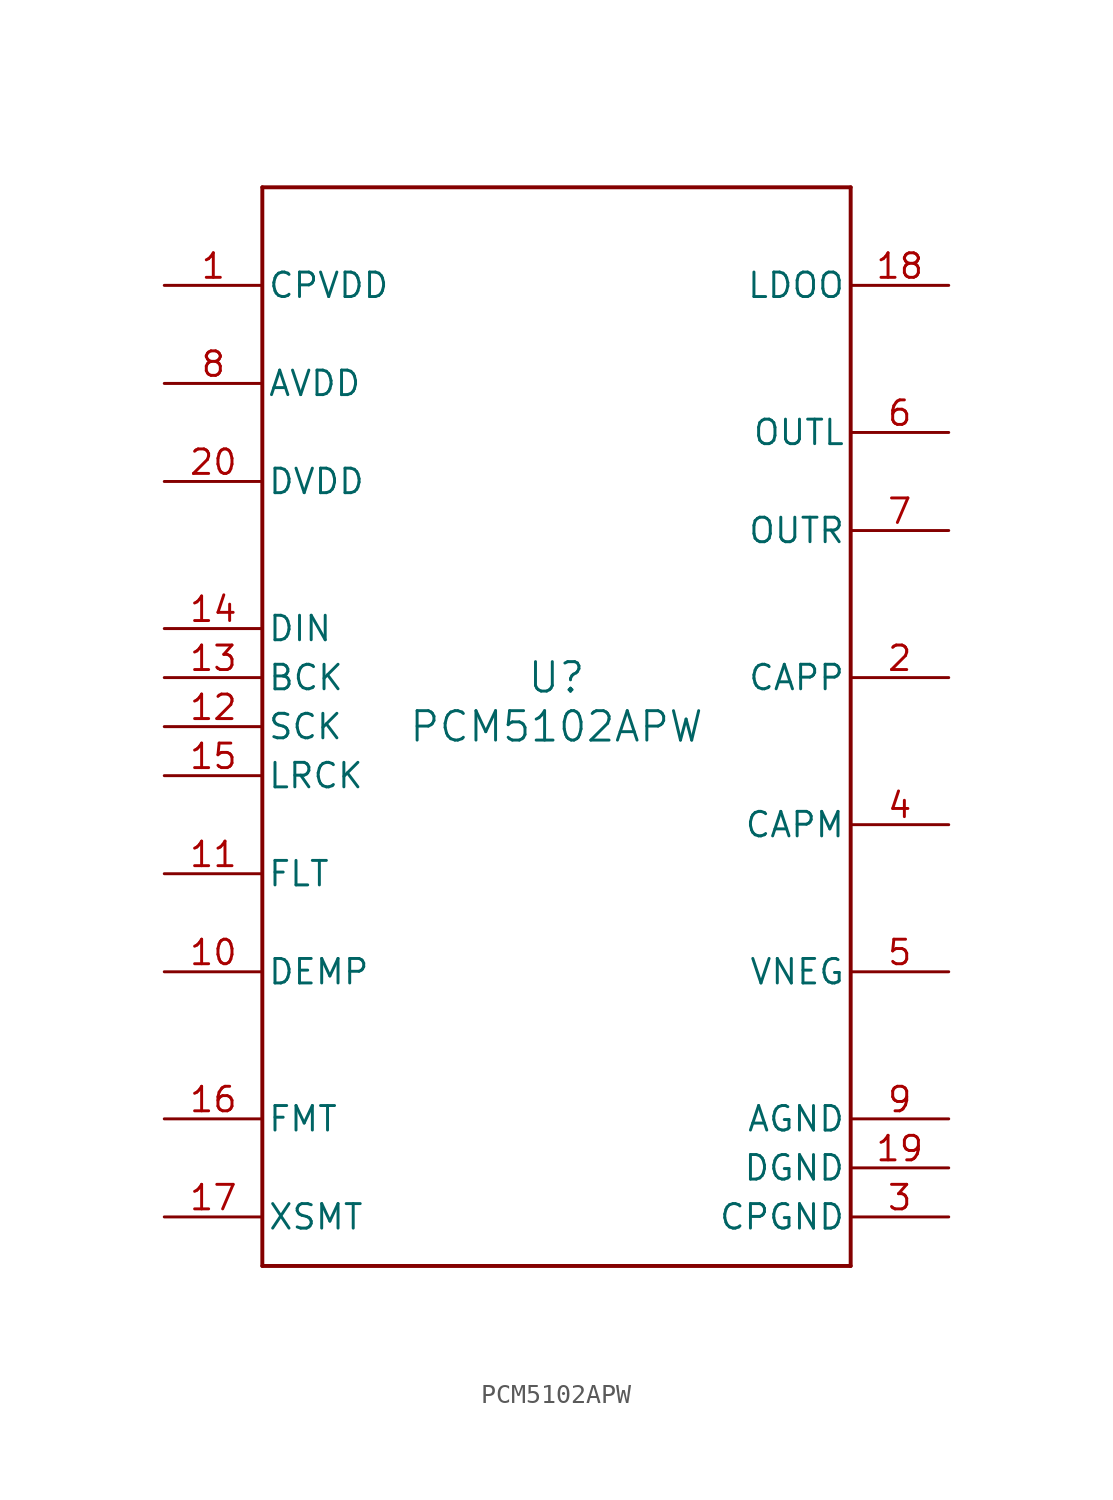
<source format=kicad_sym>
(kicad_symbol_lib
  (version 20211014)
  (generator kicad_symbol_editor)
  (symbol "PCM5102APW"
    (pin_names
      (offset 0.254))
    (property "Reference" "U"
      (at 0 2.54 0)
      (effects (font (size 1.524 1.524))))
    (property "Value" "PCM5102APW"
      (at 0 0 0)
      (effects (font (size 1.524 1.524))))
    (symbol "PCM5102APW_0_1"
      (polyline (pts (xy -15.24 -27.94) (xy 15.24 -27.94)) (stroke (width 0.203) (type default) (color 0 0 0 0)) (fill (type none)))
      (polyline (pts (xy 15.24 -27.94) (xy 15.24 27.94)) (stroke (width 0.203) (type default) (color 0 0 0 0)) (fill (type none)))
      (polyline (pts (xy 15.24 27.94) (xy -15.24 27.94)) (stroke (width 0.203) (type default) (color 0 0 0 0)) (fill (type none)))
      (polyline (pts (xy -15.24 27.94) (xy -15.24 -27.94)) (stroke (width 0.203) (type default) (color 0 0 0 0)) (fill (type none)))
      (pin power_in line (at -20.32 22.86 0) (length 5.08) (name "CPVDD" (effects (font (size 1.27 1.27)))) (number "1" (effects (font (size 1.27 1.27)))))
      (pin output line (at 20.32 2.54 180) (length 5.08) (name "CAPP" (effects (font (size 1.27 1.27)))) (number "2" (effects (font (size 1.27 1.27)))))
      (pin power_in line (at 20.32 -25.4 180) (length 5.08) (name "CPGND" (effects (font (size 1.27 1.27)))) (number "3" (effects (font (size 1.27 1.27)))))
      (pin output line (at 20.32 -5.08 180) (length 5.08) (name "CAPM" (effects (font (size 1.27 1.27)))) (number "4" (effects (font (size 1.27 1.27)))))
      (pin power_in line (at 20.32 -12.7 180) (length 5.08) (name "VNEG" (effects (font (size 1.27 1.27)))) (number "5" (effects (font (size 1.27 1.27)))))
      (pin output line (at 20.32 15.24 180) (length 5.08) (name "OUTL" (effects (font (size 1.27 1.27)))) (number "6" (effects (font (size 1.27 1.27)))))
      (pin output line (at 20.32 10.16 180) (length 5.08) (name "OUTR" (effects (font (size 1.27 1.27)))) (number "7" (effects (font (size 1.27 1.27)))))
      (pin power_in line (at -20.32 17.78 0) (length 5.08) (name "AVDD" (effects (font (size 1.27 1.27)))) (number "8" (effects (font (size 1.27 1.27)))))
      (pin power_in line (at 20.32 -20.32 180) (length 5.08) (name "AGND" (effects (font (size 1.27 1.27)))) (number "9" (effects (font (size 1.27 1.27)))))
      (pin input line (at -20.32 -12.7 0) (length 5.08) (name "DEMP" (effects (font (size 1.27 1.27)))) (number "10" (effects (font (size 1.27 1.27)))))
      (pin input line (at -20.32 -7.62 0) (length 5.08) (name "FLT" (effects (font (size 1.27 1.27)))) (number "11" (effects (font (size 1.27 1.27)))))
      (pin input line (at -20.32 0 0) (length 5.08) (name "SCK" (effects (font (size 1.27 1.27)))) (number "12" (effects (font (size 1.27 1.27)))))
      (pin input line (at -20.32 2.54 0) (length 5.08) (name "BCK" (effects (font (size 1.27 1.27)))) (number "13" (effects (font (size 1.27 1.27)))))
      (pin input line (at -20.32 5.08 0) (length 5.08) (name "DIN" (effects (font (size 1.27 1.27)))) (number "14" (effects (font (size 1.27 1.27)))))
      (pin input line (at -20.32 -2.54 0) (length 5.08) (name "LRCK" (effects (font (size 1.27 1.27)))) (number "15" (effects (font (size 1.27 1.27)))))
      (pin input line (at -20.32 -20.32 0) (length 5.08) (name "FMT" (effects (font (size 1.27 1.27)))) (number "16" (effects (font (size 1.27 1.27)))))
      (pin input line (at -20.32 -25.4 0) (length 5.08) (name "XSMT" (effects (font (size 1.27 1.27)))) (number "17" (effects (font (size 1.27 1.27)))))
      (pin power_in line (at 20.32 22.86 180) (length 5.08) (name "LDOO" (effects (font (size 1.27 1.27)))) (number "18" (effects (font (size 1.27 1.27)))))
      (pin power_in line (at 20.32 -22.86 180) (length 5.08) (name "DGND" (effects (font (size 1.27 1.27)))) (number "19" (effects (font (size 1.27 1.27)))))
      (pin power_in line (at -20.32 12.7 0) (length 5.08) (name "DVDD" (effects (font (size 1.27 1.27)))) (number "20" (effects (font (size 1.27 1.27))))))))
</source>
